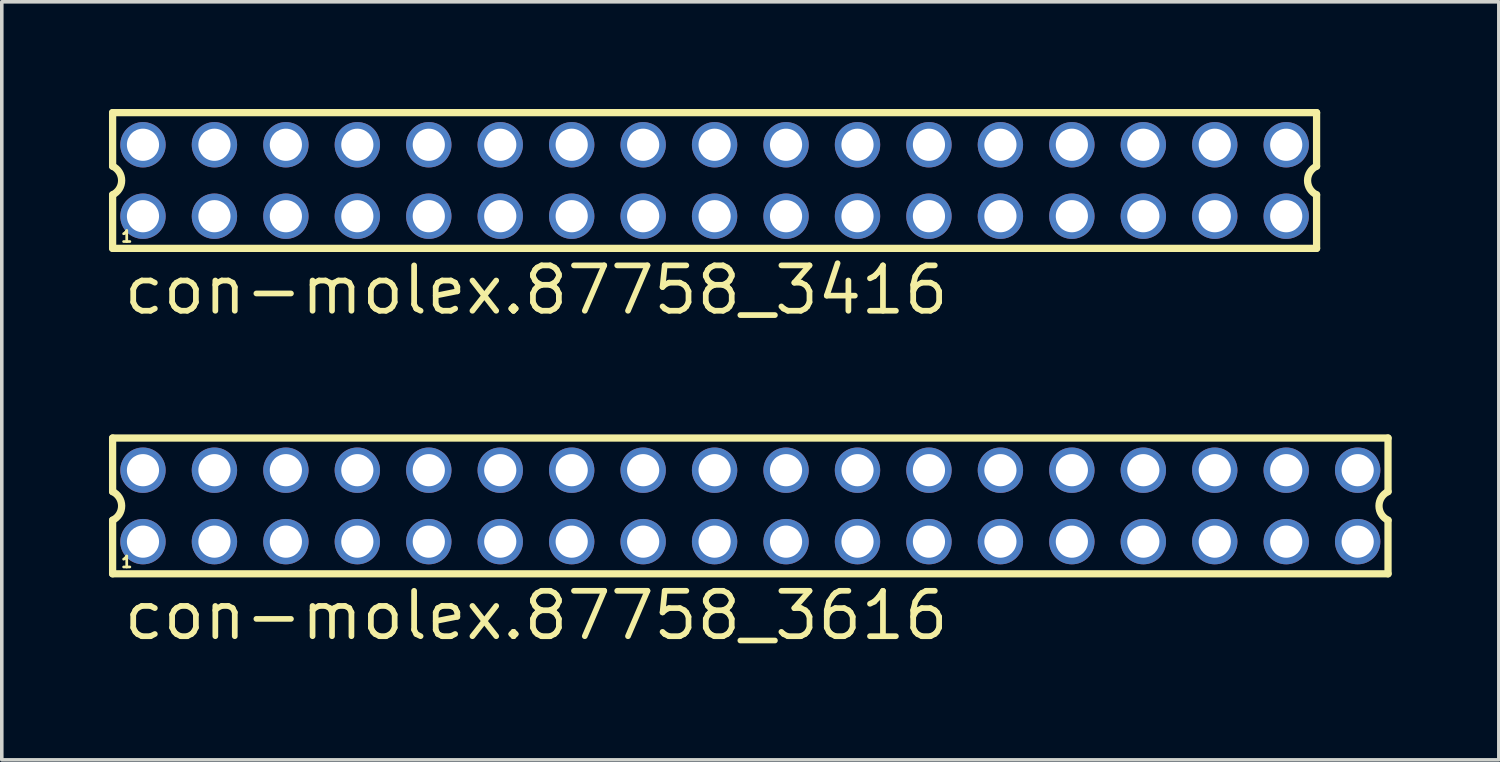
<source format=kicad_pcb>
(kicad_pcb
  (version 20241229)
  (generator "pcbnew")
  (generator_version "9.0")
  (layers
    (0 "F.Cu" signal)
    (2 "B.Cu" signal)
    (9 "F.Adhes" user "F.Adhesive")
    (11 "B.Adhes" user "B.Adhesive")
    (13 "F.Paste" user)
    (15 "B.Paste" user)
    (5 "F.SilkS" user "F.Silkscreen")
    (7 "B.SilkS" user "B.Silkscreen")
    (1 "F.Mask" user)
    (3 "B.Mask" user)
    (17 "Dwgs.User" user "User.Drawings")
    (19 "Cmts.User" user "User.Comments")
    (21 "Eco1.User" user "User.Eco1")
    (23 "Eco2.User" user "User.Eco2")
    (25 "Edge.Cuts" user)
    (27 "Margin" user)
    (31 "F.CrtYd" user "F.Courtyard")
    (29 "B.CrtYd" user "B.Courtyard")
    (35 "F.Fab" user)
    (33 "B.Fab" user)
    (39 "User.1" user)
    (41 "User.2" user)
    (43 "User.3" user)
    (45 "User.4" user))
  (footprint "con-molex.87758_3616"
    (layer "F.Cu")
    (at 17.952 11.111)
    (property "Reference" "con-molex.87758_3616" (at -17.62 3.81 0) (layer "F.SilkS") (effects (font (size 1.27 1.27) (thickness 0.16)) (justify left bottom)))
    (attr through_hole)
    (fp_line (start -17.85 -1.9) (end -17.85 -0.4) (stroke (width 0.203) (type default)) (layer "F.SilkS"))
    (fp_line (start -17.85 0.4) (end -17.85 1.9) (stroke (width 0.203) (type default)) (layer "F.SilkS"))
    (fp_line (start -17.85 1.9) (end 17.85 1.9) (stroke (width 0.203) (type default)) (layer "F.SilkS"))
    (fp_line (start 17.85 -1.9) (end -17.85 -1.9) (stroke (width 0.203) (type default)) (layer "F.SilkS"))
    (fp_line (start 17.85 -0.4) (end 17.85 -1.9) (stroke (width 0.203) (type default)) (layer "F.SilkS"))
    (fp_line (start 17.85 1.9) (end 17.85 0.4) (stroke (width 0.203) (type default)) (layer "F.SilkS"))
    (fp_arc (start -17.85 -0.4) (mid -17.597168 0) (end -17.85 0.4) (stroke (width 0.2032) (type default)) (layer "F.SilkS"))
    (fp_arc (start 17.85 0.4) (mid 17.597168 0) (end 17.85 -0.4) (stroke (width 0.2032) (type default)) (layer "F.SilkS"))
    (fp_rect (start -17.25 -0.75) (end -16.75 -1.25) (stroke (width 0.05) (type default)) (fill no) (layer "F.Fab"))
    (fp_rect (start -17.25 1.25) (end -16.75 0.75) (stroke (width 0.05) (type default)) (fill no) (layer "F.Fab"))
    (fp_rect (start -15.25 -0.75) (end -14.75 -1.25) (stroke (width 0.05) (type default)) (fill no) (layer "F.Fab"))
    (fp_rect (start -15.25 1.25) (end -14.75 0.75) (stroke (width 0.05) (type default)) (fill no) (layer "F.Fab"))
    (fp_rect (start -13.25 -0.75) (end -12.75 -1.25) (stroke (width 0.05) (type default)) (fill no) (layer "F.Fab"))
    (fp_rect (start -13.25 1.25) (end -12.75 0.75) (stroke (width 0.05) (type default)) (fill no) (layer "F.Fab"))
    (fp_rect (start -11.25 -0.75) (end -10.75 -1.25) (stroke (width 0.05) (type default)) (fill no) (layer "F.Fab"))
    (fp_rect (start -11.25 1.25) (end -10.75 0.75) (stroke (width 0.05) (type default)) (fill no) (layer "F.Fab"))
    (fp_rect (start -9.25 -0.75) (end -8.75 -1.25) (stroke (width 0.05) (type default)) (fill no) (layer "F.Fab"))
    (fp_rect (start -9.25 1.25) (end -8.75 0.75) (stroke (width 0.05) (type default)) (fill no) (layer "F.Fab"))
    (fp_rect (start -7.25 -0.75) (end -6.75 -1.25) (stroke (width 0.05) (type default)) (fill no) (layer "F.Fab"))
    (fp_rect (start -7.25 1.25) (end -6.75 0.75) (stroke (width 0.05) (type default)) (fill no) (layer "F.Fab"))
    (fp_rect (start -5.25 -0.75) (end -4.75 -1.25) (stroke (width 0.05) (type default)) (fill no) (layer "F.Fab"))
    (fp_rect (start -5.25 1.25) (end -4.75 0.75) (stroke (width 0.05) (type default)) (fill no) (layer "F.Fab"))
    (fp_rect (start -3.25 -0.75) (end -2.75 -1.25) (stroke (width 0.05) (type default)) (fill no) (layer "F.Fab"))
    (fp_rect (start -3.25 1.25) (end -2.75 0.75) (stroke (width 0.05) (type default)) (fill no) (layer "F.Fab"))
    (fp_rect (start -1.25 -0.75) (end -0.75 -1.25) (stroke (width 0.05) (type default)) (fill no) (layer "F.Fab"))
    (fp_rect (start -1.25 1.25) (end -0.75 0.75) (stroke (width 0.05) (type default)) (fill no) (layer "F.Fab"))
    (fp_rect (start 0.75 -0.75) (end 1.25 -1.25) (stroke (width 0.05) (type default)) (fill no) (layer "F.Fab"))
    (fp_rect (start 0.75 1.25) (end 1.25 0.75) (stroke (width 0.05) (type default)) (fill no) (layer "F.Fab"))
    (fp_rect (start 2.75 -0.75) (end 3.25 -1.25) (stroke (width 0.05) (type default)) (fill no) (layer "F.Fab"))
    (fp_rect (start 2.75 1.25) (end 3.25 0.75) (stroke (width 0.05) (type default)) (fill no) (layer "F.Fab"))
    (fp_rect (start 4.75 -0.75) (end 5.25 -1.25) (stroke (width 0.05) (type default)) (fill no) (layer "F.Fab"))
    (fp_rect (start 4.75 1.25) (end 5.25 0.75) (stroke (width 0.05) (type default)) (fill no) (layer "F.Fab"))
    (fp_rect (start 6.75 -0.75) (end 7.25 -1.25) (stroke (width 0.05) (type default)) (fill no) (layer "F.Fab"))
    (fp_rect (start 6.75 1.25) (end 7.25 0.75) (stroke (width 0.05) (type default)) (fill no) (layer "F.Fab"))
    (fp_rect (start 8.75 -0.75) (end 9.25 -1.25) (stroke (width 0.05) (type default)) (fill no) (layer "F.Fab"))
    (fp_rect (start 8.75 1.25) (end 9.25 0.75) (stroke (width 0.05) (type default)) (fill no) (layer "F.Fab"))
    (fp_rect (start 10.75 -0.75) (end 11.25 -1.25) (stroke (width 0.05) (type default)) (fill no) (layer "F.Fab"))
    (fp_rect (start 10.75 1.25) (end 11.25 0.75) (stroke (width 0.05) (type default)) (fill no) (layer "F.Fab"))
    (fp_rect (start 12.75 -0.75) (end 13.25 -1.25) (stroke (width 0.05) (type default)) (fill no) (layer "F.Fab"))
    (fp_rect (start 12.75 1.25) (end 13.25 0.75) (stroke (width 0.05) (type default)) (fill no) (layer "F.Fab"))
    (fp_rect (start 14.75 -0.75) (end 15.25 -1.25) (stroke (width 0.05) (type default)) (fill no) (layer "F.Fab"))
    (fp_rect (start 14.75 1.25) (end 15.25 0.75) (stroke (width 0.05) (type default)) (fill no) (layer "F.Fab"))
    (fp_rect (start 16.75 -0.75) (end 17.25 -1.25) (stroke (width 0.05) (type default)) (fill no) (layer "F.Fab"))
    (fp_rect (start 16.75 1.25) (end 17.25 0.75) (stroke (width 0.05) (type default)) (fill no) (layer "F.Fab"))
    (fp_text user "1" (at -17.65 1.75 0) (layer "F.SilkS") (effects (font (size 0.305 0.305) (thickness 0.15)) (justify left bottom)))
    (pad "1" thru_hole circle (at -17 1) (size 1.27 1.27) (drill 0.9) (layers "*.Cu" "*.Mask"))
    (pad "2" thru_hole circle (at -17 -1) (size 1.27 1.27) (drill 0.9) (layers "*.Cu" "*.Mask"))
    (pad "3" thru_hole circle (at -15 1) (size 1.27 1.27) (drill 0.9) (layers "*.Cu" "*.Mask"))
    (pad "4" thru_hole circle (at -15 -1) (size 1.27 1.27) (drill 0.9) (layers "*.Cu" "*.Mask"))
    (pad "5" thru_hole circle (at -13 1) (size 1.27 1.27) (drill 0.9) (layers "*.Cu" "*.Mask"))
    (pad "6" thru_hole circle (at -13 -1) (size 1.27 1.27) (drill 0.9) (layers "*.Cu" "*.Mask"))
    (pad "7" thru_hole circle (at -11 1) (size 1.27 1.27) (drill 0.9) (layers "*.Cu" "*.Mask"))
    (pad "8" thru_hole circle (at -11 -1) (size 1.27 1.27) (drill 0.9) (layers "*.Cu" "*.Mask"))
    (pad "9" thru_hole circle (at -9 1) (size 1.27 1.27) (drill 0.9) (layers "*.Cu" "*.Mask"))
    (pad "10" thru_hole circle (at -9 -1) (size 1.27 1.27) (drill 0.9) (layers "*.Cu" "*.Mask"))
    (pad "11" thru_hole circle (at -7 1) (size 1.27 1.27) (drill 0.9) (layers "*.Cu" "*.Mask"))
    (pad "12" thru_hole circle (at -7 -1) (size 1.27 1.27) (drill 0.9) (layers "*.Cu" "*.Mask"))
    (pad "13" thru_hole circle (at -5 1) (size 1.27 1.27) (drill 0.9) (layers "*.Cu" "*.Mask"))
    (pad "14" thru_hole circle (at -5 -1) (size 1.27 1.27) (drill 0.9) (layers "*.Cu" "*.Mask"))
    (pad "15" thru_hole circle (at -3 1) (size 1.27 1.27) (drill 0.9) (layers "*.Cu" "*.Mask"))
    (pad "16" thru_hole circle (at -3 -1) (size 1.27 1.27) (drill 0.9) (layers "*.Cu" "*.Mask"))
    (pad "17" thru_hole circle (at -1 1) (size 1.27 1.27) (drill 0.9) (layers "*.Cu" "*.Mask"))
    (pad "18" thru_hole circle (at -1 -1) (size 1.27 1.27) (drill 0.9) (layers "*.Cu" "*.Mask"))
    (pad "19" thru_hole circle (at 1 1) (size 1.27 1.27) (drill 0.9) (layers "*.Cu" "*.Mask"))
    (pad "20" thru_hole circle (at 1 -1) (size 1.27 1.27) (drill 0.9) (layers "*.Cu" "*.Mask"))
    (pad "21" thru_hole circle (at 3 1) (size 1.27 1.27) (drill 0.9) (layers "*.Cu" "*.Mask"))
    (pad "22" thru_hole circle (at 3 -1) (size 1.27 1.27) (drill 0.9) (layers "*.Cu" "*.Mask"))
    (pad "23" thru_hole circle (at 5 1) (size 1.27 1.27) (drill 0.9) (layers "*.Cu" "*.Mask"))
    (pad "24" thru_hole circle (at 5 -1) (size 1.27 1.27) (drill 0.9) (layers "*.Cu" "*.Mask"))
    (pad "25" thru_hole circle (at 7 1) (size 1.27 1.27) (drill 0.9) (layers "*.Cu" "*.Mask"))
    (pad "26" thru_hole circle (at 7 -1) (size 1.27 1.27) (drill 0.9) (layers "*.Cu" "*.Mask"))
    (pad "27" thru_hole circle (at 9 1) (size 1.27 1.27) (drill 0.9) (layers "*.Cu" "*.Mask"))
    (pad "28" thru_hole circle (at 9 -1) (size 1.27 1.27) (drill 0.9) (layers "*.Cu" "*.Mask"))
    (pad "29" thru_hole circle (at 11 1) (size 1.27 1.27) (drill 0.9) (layers "*.Cu" "*.Mask"))
    (pad "30" thru_hole circle (at 11 -1) (size 1.27 1.27) (drill 0.9) (layers "*.Cu" "*.Mask"))
    (pad "31" thru_hole circle (at 13 1) (size 1.27 1.27) (drill 0.9) (layers "*.Cu" "*.Mask"))
    (pad "32" thru_hole circle (at 13 -1) (size 1.27 1.27) (drill 0.9) (layers "*.Cu" "*.Mask"))
    (pad "33" thru_hole circle (at 15 1) (size 1.27 1.27) (drill 0.9) (layers "*.Cu" "*.Mask"))
    (pad "34" thru_hole circle (at 15 -1) (size 1.27 1.27) (drill 0.9) (layers "*.Cu" "*.Mask"))
    (pad "35" thru_hole circle (at 17 1) (size 1.27 1.27) (drill 0.9) (layers "*.Cu" "*.Mask"))
    (pad "36" thru_hole circle (at 17 -1) (size 1.27 1.27) (drill 0.9) (layers "*.Cu" "*.Mask")))
  (footprint "con-molex.87758_3416"
    (layer "F.Cu")
    (at 16.952 2.002)
    (property "Reference" "con-molex.87758_3416" (at -16.62 3.81 0) (layer "F.SilkS") (effects (font (size 1.27 1.27) (thickness 0.16)) (justify left bottom)))
    (attr through_hole)
    (fp_line (start -16.85 -1.9) (end -16.85 -0.4) (stroke (width 0.203) (type default)) (layer "F.SilkS"))
    (fp_line (start -16.85 0.4) (end -16.85 1.9) (stroke (width 0.203) (type default)) (layer "F.SilkS"))
    (fp_line (start -16.85 1.9) (end 16.85 1.9) (stroke (width 0.203) (type default)) (layer "F.SilkS"))
    (fp_line (start 16.85 -1.9) (end -16.85 -1.9) (stroke (width 0.203) (type default)) (layer "F.SilkS"))
    (fp_line (start 16.85 -0.4) (end 16.85 -1.9) (stroke (width 0.203) (type default)) (layer "F.SilkS"))
    (fp_line (start 16.85 1.9) (end 16.85 0.4) (stroke (width 0.203) (type default)) (layer "F.SilkS"))
    (fp_arc (start -16.85 -0.4) (mid -16.597168 0) (end -16.85 0.4) (stroke (width 0.2032) (type default)) (layer "F.SilkS"))
    (fp_arc (start 16.85 0.4) (mid 16.597168 0) (end 16.85 -0.4) (stroke (width 0.2032) (type default)) (layer "F.SilkS"))
    (fp_rect (start -16.25 -0.75) (end -15.75 -1.25) (stroke (width 0.05) (type default)) (fill no) (layer "F.Fab"))
    (fp_rect (start -16.25 1.25) (end -15.75 0.75) (stroke (width 0.05) (type default)) (fill no) (layer "F.Fab"))
    (fp_rect (start -14.25 -0.75) (end -13.75 -1.25) (stroke (width 0.05) (type default)) (fill no) (layer "F.Fab"))
    (fp_rect (start -14.25 1.25) (end -13.75 0.75) (stroke (width 0.05) (type default)) (fill no) (layer "F.Fab"))
    (fp_rect (start -12.25 -0.75) (end -11.75 -1.25) (stroke (width 0.05) (type default)) (fill no) (layer "F.Fab"))
    (fp_rect (start -12.25 1.25) (end -11.75 0.75) (stroke (width 0.05) (type default)) (fill no) (layer "F.Fab"))
    (fp_rect (start -10.25 -0.75) (end -9.75 -1.25) (stroke (width 0.05) (type default)) (fill no) (layer "F.Fab"))
    (fp_rect (start -10.25 1.25) (end -9.75 0.75) (stroke (width 0.05) (type default)) (fill no) (layer "F.Fab"))
    (fp_rect (start -8.25 -0.75) (end -7.75 -1.25) (stroke (width 0.05) (type default)) (fill no) (layer "F.Fab"))
    (fp_rect (start -8.25 1.25) (end -7.75 0.75) (stroke (width 0.05) (type default)) (fill no) (layer "F.Fab"))
    (fp_rect (start -6.25 -0.75) (end -5.75 -1.25) (stroke (width 0.05) (type default)) (fill no) (layer "F.Fab"))
    (fp_rect (start -6.25 1.25) (end -5.75 0.75) (stroke (width 0.05) (type default)) (fill no) (layer "F.Fab"))
    (fp_rect (start -4.25 -0.75) (end -3.75 -1.25) (stroke (width 0.05) (type default)) (fill no) (layer "F.Fab"))
    (fp_rect (start -4.25 1.25) (end -3.75 0.75) (stroke (width 0.05) (type default)) (fill no) (layer "F.Fab"))
    (fp_rect (start -2.25 -0.75) (end -1.75 -1.25) (stroke (width 0.05) (type default)) (fill no) (layer "F.Fab"))
    (fp_rect (start -2.25 1.25) (end -1.75 0.75) (stroke (width 0.05) (type default)) (fill no) (layer "F.Fab"))
    (fp_rect (start -0.25 -0.75) (end 0.25 -1.25) (stroke (width 0.05) (type default)) (fill no) (layer "F.Fab"))
    (fp_rect (start -0.25 1.25) (end 0.25 0.75) (stroke (width 0.05) (type default)) (fill no) (layer "F.Fab"))
    (fp_rect (start 1.75 -0.75) (end 2.25 -1.25) (stroke (width 0.05) (type default)) (fill no) (layer "F.Fab"))
    (fp_rect (start 1.75 1.25) (end 2.25 0.75) (stroke (width 0.05) (type default)) (fill no) (layer "F.Fab"))
    (fp_rect (start 3.75 -0.75) (end 4.25 -1.25) (stroke (width 0.05) (type default)) (fill no) (layer "F.Fab"))
    (fp_rect (start 3.75 1.25) (end 4.25 0.75) (stroke (width 0.05) (type default)) (fill no) (layer "F.Fab"))
    (fp_rect (start 5.75 -0.75) (end 6.25 -1.25) (stroke (width 0.05) (type default)) (fill no) (layer "F.Fab"))
    (fp_rect (start 5.75 1.25) (end 6.25 0.75) (stroke (width 0.05) (type default)) (fill no) (layer "F.Fab"))
    (fp_rect (start 7.75 -0.75) (end 8.25 -1.25) (stroke (width 0.05) (type default)) (fill no) (layer "F.Fab"))
    (fp_rect (start 7.75 1.25) (end 8.25 0.75) (stroke (width 0.05) (type default)) (fill no) (layer "F.Fab"))
    (fp_rect (start 9.75 -0.75) (end 10.25 -1.25) (stroke (width 0.05) (type default)) (fill no) (layer "F.Fab"))
    (fp_rect (start 9.75 1.25) (end 10.25 0.75) (stroke (width 0.05) (type default)) (fill no) (layer "F.Fab"))
    (fp_rect (start 11.75 -0.75) (end 12.25 -1.25) (stroke (width 0.05) (type default)) (fill no) (layer "F.Fab"))
    (fp_rect (start 11.75 1.25) (end 12.25 0.75) (stroke (width 0.05) (type default)) (fill no) (layer "F.Fab"))
    (fp_rect (start 13.75 -0.75) (end 14.25 -1.25) (stroke (width 0.05) (type default)) (fill no) (layer "F.Fab"))
    (fp_rect (start 13.75 1.25) (end 14.25 0.75) (stroke (width 0.05) (type default)) (fill no) (layer "F.Fab"))
    (fp_rect (start 15.75 -0.75) (end 16.25 -1.25) (stroke (width 0.05) (type default)) (fill no) (layer "F.Fab"))
    (fp_rect (start 15.75 1.25) (end 16.25 0.75) (stroke (width 0.05) (type default)) (fill no) (layer "F.Fab"))
    (fp_text user "1" (at -16.65 1.75 0) (layer "F.SilkS") (effects (font (size 0.305 0.305) (thickness 0.15)) (justify left bottom)))
    (pad "1" thru_hole circle (at -16 1) (size 1.27 1.27) (drill 0.9) (layers "*.Cu" "*.Mask"))
    (pad "2" thru_hole circle (at -16 -1) (size 1.27 1.27) (drill 0.9) (layers "*.Cu" "*.Mask"))
    (pad "3" thru_hole circle (at -14 1) (size 1.27 1.27) (drill 0.9) (layers "*.Cu" "*.Mask"))
    (pad "4" thru_hole circle (at -14 -1) (size 1.27 1.27) (drill 0.9) (layers "*.Cu" "*.Mask"))
    (pad "5" thru_hole circle (at -12 1) (size 1.27 1.27) (drill 0.9) (layers "*.Cu" "*.Mask"))
    (pad "6" thru_hole circle (at -12 -1) (size 1.27 1.27) (drill 0.9) (layers "*.Cu" "*.Mask"))
    (pad "7" thru_hole circle (at -10 1) (size 1.27 1.27) (drill 0.9) (layers "*.Cu" "*.Mask"))
    (pad "8" thru_hole circle (at -10 -1) (size 1.27 1.27) (drill 0.9) (layers "*.Cu" "*.Mask"))
    (pad "9" thru_hole circle (at -8 1) (size 1.27 1.27) (drill 0.9) (layers "*.Cu" "*.Mask"))
    (pad "10" thru_hole circle (at -8 -1) (size 1.27 1.27) (drill 0.9) (layers "*.Cu" "*.Mask"))
    (pad "11" thru_hole circle (at -6 1) (size 1.27 1.27) (drill 0.9) (layers "*.Cu" "*.Mask"))
    (pad "12" thru_hole circle (at -6 -1) (size 1.27 1.27) (drill 0.9) (layers "*.Cu" "*.Mask"))
    (pad "13" thru_hole circle (at -4 1) (size 1.27 1.27) (drill 0.9) (layers "*.Cu" "*.Mask"))
    (pad "14" thru_hole circle (at -4 -1) (size 1.27 1.27) (drill 0.9) (layers "*.Cu" "*.Mask"))
    (pad "15" thru_hole circle (at -2 1) (size 1.27 1.27) (drill 0.9) (layers "*.Cu" "*.Mask"))
    (pad "16" thru_hole circle (at -2 -1) (size 1.27 1.27) (drill 0.9) (layers "*.Cu" "*.Mask"))
    (pad "17" thru_hole circle (at 0 1) (size 1.27 1.27) (drill 0.9) (layers "*.Cu" "*.Mask"))
    (pad "18" thru_hole circle (at 0 -1) (size 1.27 1.27) (drill 0.9) (layers "*.Cu" "*.Mask"))
    (pad "19" thru_hole circle (at 2 1) (size 1.27 1.27) (drill 0.9) (layers "*.Cu" "*.Mask"))
    (pad "20" thru_hole circle (at 2 -1) (size 1.27 1.27) (drill 0.9) (layers "*.Cu" "*.Mask"))
    (pad "21" thru_hole circle (at 4 1) (size 1.27 1.27) (drill 0.9) (layers "*.Cu" "*.Mask"))
    (pad "22" thru_hole circle (at 4 -1) (size 1.27 1.27) (drill 0.9) (layers "*.Cu" "*.Mask"))
    (pad "23" thru_hole circle (at 6 1) (size 1.27 1.27) (drill 0.9) (layers "*.Cu" "*.Mask"))
    (pad "24" thru_hole circle (at 6 -1) (size 1.27 1.27) (drill 0.9) (layers "*.Cu" "*.Mask"))
    (pad "25" thru_hole circle (at 8 1) (size 1.27 1.27) (drill 0.9) (layers "*.Cu" "*.Mask"))
    (pad "26" thru_hole circle (at 8 -1) (size 1.27 1.27) (drill 0.9) (layers "*.Cu" "*.Mask"))
    (pad "27" thru_hole circle (at 10 1) (size 1.27 1.27) (drill 0.9) (layers "*.Cu" "*.Mask"))
    (pad "28" thru_hole circle (at 10 -1) (size 1.27 1.27) (drill 0.9) (layers "*.Cu" "*.Mask"))
    (pad "29" thru_hole circle (at 12 1) (size 1.27 1.27) (drill 0.9) (layers "*.Cu" "*.Mask"))
    (pad "30" thru_hole circle (at 12 -1) (size 1.27 1.27) (drill 0.9) (layers "*.Cu" "*.Mask"))
    (pad "31" thru_hole circle (at 14 1) (size 1.27 1.27) (drill 0.9) (layers "*.Cu" "*.Mask"))
    (pad "32" thru_hole circle (at 14 -1) (size 1.27 1.27) (drill 0.9) (layers "*.Cu" "*.Mask"))
    (pad "33" thru_hole circle (at 16 1) (size 1.27 1.27) (drill 0.9) (layers "*.Cu" "*.Mask"))
    (pad "34" thru_hole circle (at 16 -1) (size 1.27 1.27) (drill 0.9) (layers "*.Cu" "*.Mask")))
  (gr_rect
    (start -3 -3)
    (end 38.903 18.218)
    (stroke (width 0.1) (type default))
    (fill no)
    (layer "Edge.Cuts")))
</source>
